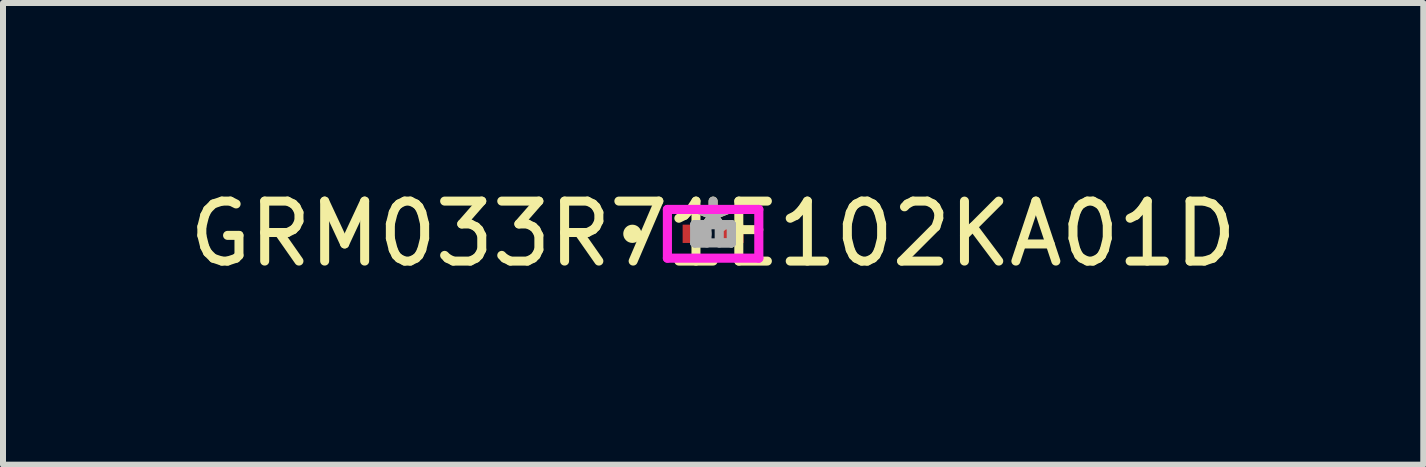
<source format=kicad_pcb>
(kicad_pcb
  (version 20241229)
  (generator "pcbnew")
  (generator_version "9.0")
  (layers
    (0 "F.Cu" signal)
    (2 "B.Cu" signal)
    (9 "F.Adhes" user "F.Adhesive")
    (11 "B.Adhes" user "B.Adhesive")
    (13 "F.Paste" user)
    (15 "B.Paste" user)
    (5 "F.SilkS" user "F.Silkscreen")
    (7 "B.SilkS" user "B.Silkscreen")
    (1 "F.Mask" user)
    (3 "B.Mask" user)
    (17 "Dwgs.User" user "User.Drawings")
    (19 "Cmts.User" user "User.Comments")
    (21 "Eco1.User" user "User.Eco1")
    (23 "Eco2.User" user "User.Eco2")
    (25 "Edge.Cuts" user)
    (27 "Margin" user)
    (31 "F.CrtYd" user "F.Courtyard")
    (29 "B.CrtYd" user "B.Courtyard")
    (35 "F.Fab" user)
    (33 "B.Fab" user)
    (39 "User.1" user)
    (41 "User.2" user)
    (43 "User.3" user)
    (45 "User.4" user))
  (footprint "GRM033R71E102KA01D"
    (layer "F.Cu")
    (at 8.839 0.848)
    (property "Reference" "GRM033R71E102KA01D" (at 0 0 0) (layer "F.SilkS") (effects (font (size 1 1) (thickness 0.15))))
    (attr through_hole)
    (fp_circle (center -1.346 0) (end -1.27 0) (stroke (width 0.152) (type solid)) (fill no) (layer "F.SilkS"))
    (fp_line (start -0.762 -0.406) (end 0.762 -0.406) (stroke (width 0.152) (type solid)) (layer "F.CrtYd"))
    (fp_line (start -0.762 0.406) (end -0.762 -0.406) (stroke (width 0.152) (type solid)) (layer "F.CrtYd"))
    (fp_line (start 0.762 -0.406) (end 0.762 0.406) (stroke (width 0.152) (type solid)) (layer "F.CrtYd"))
    (fp_line (start 0.762 0.406) (end -0.762 0.406) (stroke (width 0.152) (type solid)) (layer "F.CrtYd"))
    (fp_line (start -0.305 -0.152) (end -0.305 0.152) (stroke (width 0.152) (type solid)) (layer "F.Fab"))
    (fp_line (start -0.305 -0.152) (end -0.305 0.152) (stroke (width 0.152) (type solid)) (layer "F.Fab"))
    (fp_line (start -0.305 0.152) (end -0.102 0.152) (stroke (width 0.152) (type solid)) (layer "F.Fab"))
    (fp_line (start -0.305 0.152) (end 0.305 0.152) (stroke (width 0.152) (type solid)) (layer "F.Fab"))
    (fp_line (start -0.102 -0.152) (end -0.305 -0.152) (stroke (width 0.152) (type solid)) (layer "F.Fab"))
    (fp_line (start -0.102 0.152) (end -0.102 -0.152) (stroke (width 0.152) (type solid)) (layer "F.Fab"))
    (fp_line (start 0.102 -0.152) (end 0.102 0.152) (stroke (width 0.152) (type solid)) (layer "F.Fab"))
    (fp_line (start 0.102 0.152) (end 0.305 0.152) (stroke (width 0.152) (type solid)) (layer "F.Fab"))
    (fp_line (start 0.305 -0.152) (end -0.305 -0.152) (stroke (width 0.152) (type solid)) (layer "F.Fab"))
    (fp_line (start 0.305 -0.152) (end 0.102 -0.152) (stroke (width 0.152) (type solid)) (layer "F.Fab"))
    (fp_line (start 0.305 0.152) (end 0.305 -0.152) (stroke (width 0.152) (type solid)) (layer "F.Fab"))
    (fp_line (start 0.305 0.152) (end 0.305 -0.152) (stroke (width 0.152) (type solid)) (layer "F.Fab"))
    (fp_circle (center -0.178 0) (end -0.102 0) (stroke (width 0.152) (type solid)) (fill no) (layer "F.Fab"))
    (fp_text user "*" (at 0 0 0) (layer "F.SilkS") (effects (font (size 1 1) (thickness 0.15))))
    (fp_text user "*" (at 0 0 0) (layer "F.Fab") (effects (font (size 1 1) (thickness 0.15))))
    (pad "1" smd rect (at -0.305 0) (size 0.406 0.305) (layers "F.Cu" "F.Mask" "F.Paste"))
    (pad "2" smd rect (at 0.305 0) (size 0.406 0.305) (layers "F.Cu" "F.Mask" "F.Paste")))
  (gr_rect
    (start -3 -3)
    (end 20.679 4.697)
    (stroke (width 0.1) (type default))
    (fill no)
    (layer "Edge.Cuts")))
</source>
